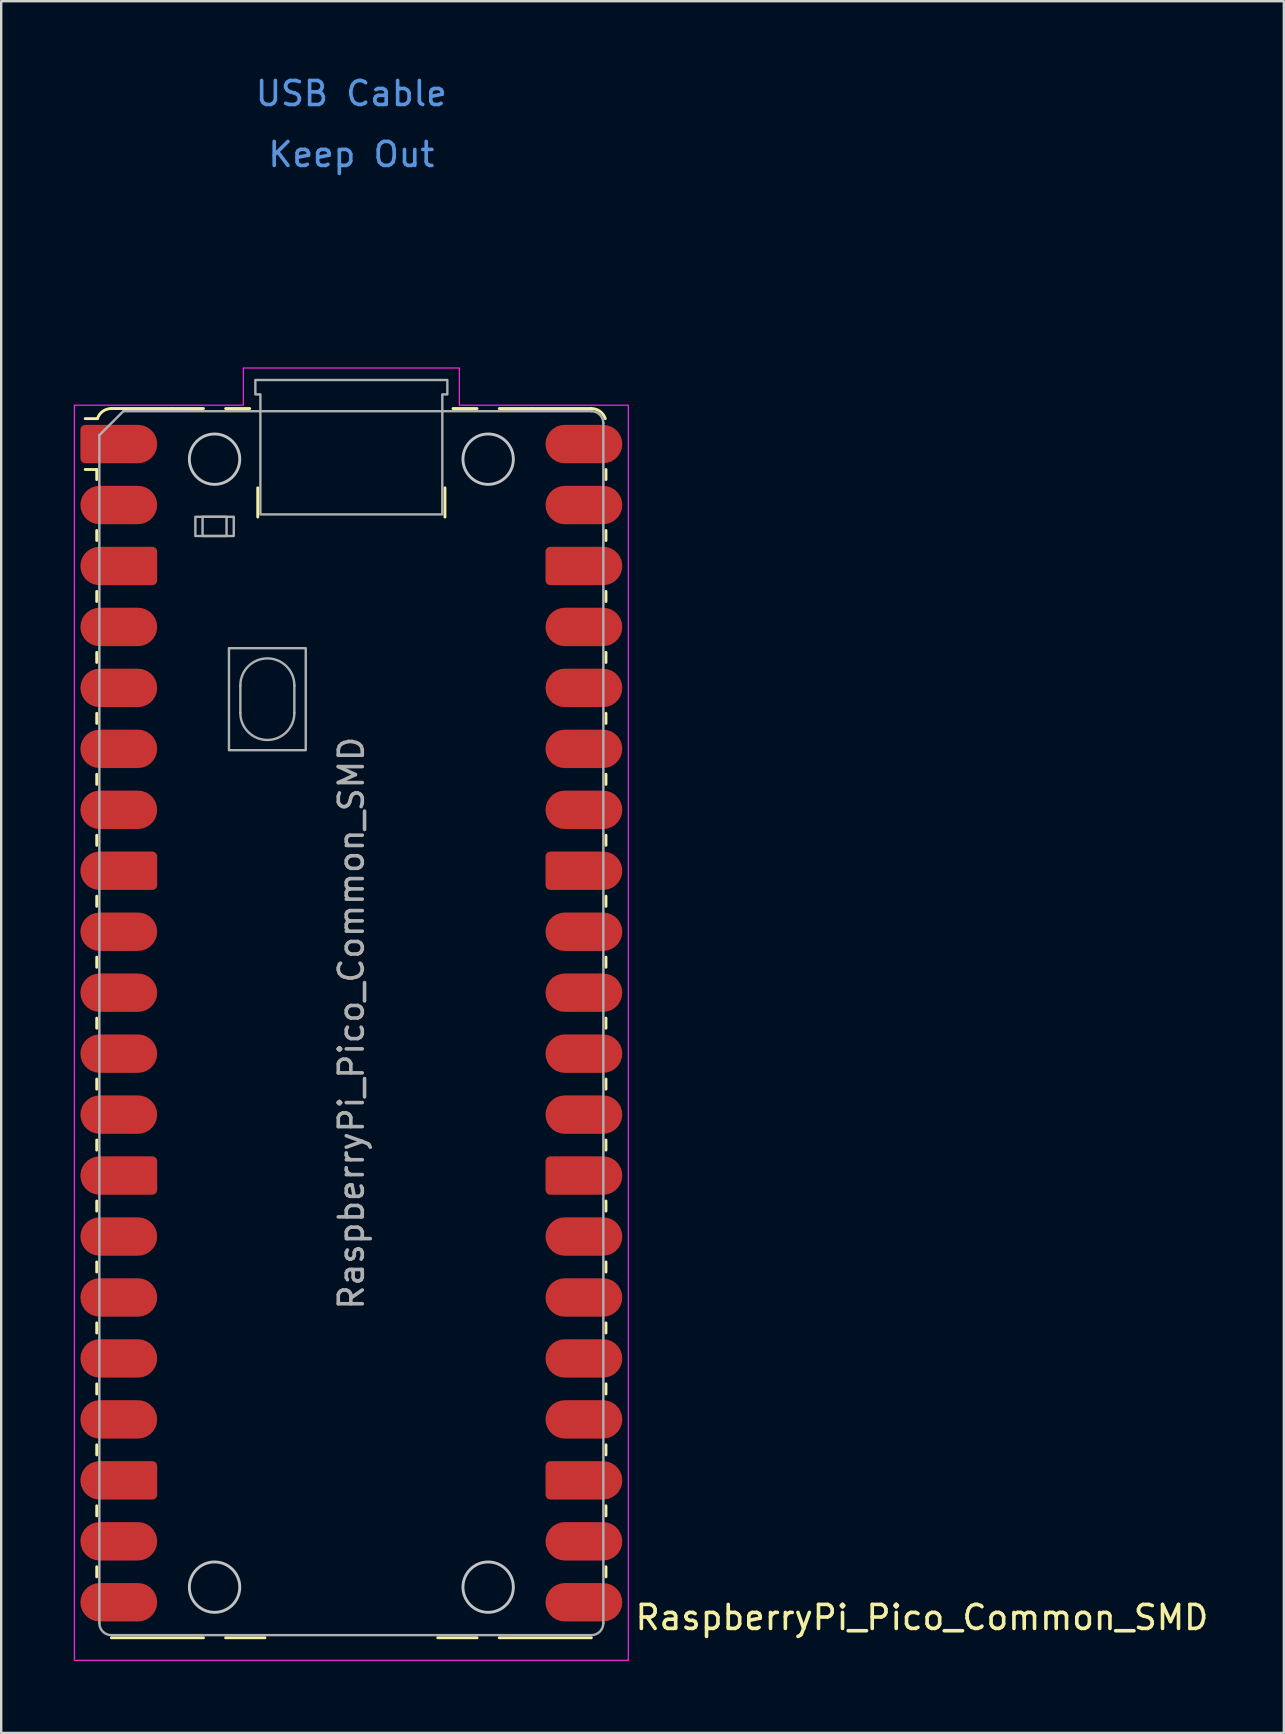
<source format=kicad_pcb>
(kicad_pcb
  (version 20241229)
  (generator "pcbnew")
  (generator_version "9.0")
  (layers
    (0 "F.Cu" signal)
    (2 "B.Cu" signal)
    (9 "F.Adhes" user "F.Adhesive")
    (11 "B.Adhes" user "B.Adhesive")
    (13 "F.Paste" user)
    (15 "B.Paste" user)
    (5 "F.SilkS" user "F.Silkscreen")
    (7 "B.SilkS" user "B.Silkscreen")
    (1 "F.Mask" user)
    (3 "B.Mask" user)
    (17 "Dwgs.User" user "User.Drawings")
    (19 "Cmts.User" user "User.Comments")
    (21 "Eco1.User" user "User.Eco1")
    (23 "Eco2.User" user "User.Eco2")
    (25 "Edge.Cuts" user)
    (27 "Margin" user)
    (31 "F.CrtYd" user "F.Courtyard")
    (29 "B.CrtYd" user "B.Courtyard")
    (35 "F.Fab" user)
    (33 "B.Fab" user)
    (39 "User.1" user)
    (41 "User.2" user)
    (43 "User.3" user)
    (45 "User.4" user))
  (footprint "RaspberryPi_Pico_Common_SMD"
    (layer "F.Cu")
    (at 11.59 39.583)
    (property "Reference" "RaspberryPi_Pico_Common_SMD" (at 11.748 24.765 0) (unlocked yes) (layer "F.SilkS") (effects (font (size 1 1) (thickness 0.15)) (justify left)))
    (attr smd)
    (fp_line (start -10.61 -23.07) (end -11.09 -23.07) (stroke (width 0.12) (type solid)) (layer "F.SilkS"))
    (fp_line (start -10.61 -23.07) (end -10.61 -22.65) (stroke (width 0.12) (type solid)) (layer "F.SilkS"))
    (fp_line (start -10.61 -20.53) (end -10.61 -20.11) (stroke (width 0.12) (type solid)) (layer "F.SilkS"))
    (fp_line (start -10.61 -17.99) (end -10.61 -17.57) (stroke (width 0.12) (type solid)) (layer "F.SilkS"))
    (fp_line (start -10.61 -15.45) (end -10.61 -15.03) (stroke (width 0.12) (type solid)) (layer "F.SilkS"))
    (fp_line (start -10.61 -12.91) (end -10.61 -12.49) (stroke (width 0.12) (type solid)) (layer "F.SilkS"))
    (fp_line (start -10.61 -10.37) (end -10.61 -9.95) (stroke (width 0.12) (type solid)) (layer "F.SilkS"))
    (fp_line (start -10.61 -7.83) (end -10.61 -7.41) (stroke (width 0.12) (type solid)) (layer "F.SilkS"))
    (fp_line (start -10.61 -5.29) (end -10.61 -4.87) (stroke (width 0.12) (type solid)) (layer "F.SilkS"))
    (fp_line (start -10.61 -2.75) (end -10.61 -2.33) (stroke (width 0.12) (type solid)) (layer "F.SilkS"))
    (fp_line (start -10.61 -0.21) (end -10.61 0.21) (stroke (width 0.12) (type solid)) (layer "F.SilkS"))
    (fp_line (start -10.61 2.33) (end -10.61 2.75) (stroke (width 0.12) (type solid)) (layer "F.SilkS"))
    (fp_line (start -10.61 4.87) (end -10.61 5.29) (stroke (width 0.12) (type solid)) (layer "F.SilkS"))
    (fp_line (start -10.61 7.41) (end -10.61 7.83) (stroke (width 0.12) (type solid)) (layer "F.SilkS"))
    (fp_line (start -10.61 9.95) (end -10.61 10.37) (stroke (width 0.12) (type solid)) (layer "F.SilkS"))
    (fp_line (start -10.61 12.49) (end -10.61 12.91) (stroke (width 0.12) (type solid)) (layer "F.SilkS"))
    (fp_line (start -10.61 15.03) (end -10.61 15.45) (stroke (width 0.12) (type solid)) (layer "F.SilkS"))
    (fp_line (start -10.61 17.57) (end -10.61 17.99) (stroke (width 0.12) (type solid)) (layer "F.SilkS"))
    (fp_line (start -10.61 20.11) (end -10.61 20.53) (stroke (width 0.12) (type solid)) (layer "F.SilkS"))
    (fp_line (start -10.61 22.65) (end -10.61 23.07) (stroke (width 0.12) (type solid)) (layer "F.SilkS"))
    (fp_line (start -10.58 -25.19) (end -11.09 -25.19) (stroke (width 0.12) (type solid)) (layer "F.SilkS"))
    (fp_line (start -10 -25.61) (end -7.51 -25.61) (stroke (width 0.12) (type solid)) (layer "F.SilkS"))
    (fp_line (start -10 25.61) (end -6.162 25.61) (stroke (width 0.12) (type solid)) (layer "F.SilkS"))
    (fp_line (start -7.51 -25.61) (end -6.162 -25.61) (stroke (width 0.12) (type solid)) (layer "F.SilkS"))
    (fp_line (start -5.238 -25.61) (end -4.235 -25.61) (stroke (width 0.12) (type solid)) (layer "F.SilkS"))
    (fp_line (start -3.9 -22.306) (end -3.9 -21.09) (stroke (width 0.12) (type solid)) (layer "F.SilkS"))
    (fp_line (start -3.6 25.61) (end -5.238 25.61) (stroke (width 0.12) (type solid)) (layer "F.SilkS"))
    (fp_line (start 3.9 -22.306) (end 3.9 -21.09) (stroke (width 0.12) (type solid)) (layer "F.SilkS"))
    (fp_line (start 4.235 -25.61) (end 5.238 -25.61) (stroke (width 0.12) (type solid)) (layer "F.SilkS"))
    (fp_line (start 5.238 25.61) (end 3.6 25.61) (stroke (width 0.12) (type solid)) (layer "F.SilkS"))
    (fp_line (start 6.162 -25.61) (end 7.51 -25.61) (stroke (width 0.12) (type solid)) (layer "F.SilkS"))
    (fp_line (start 6.162 25.61) (end 10 25.61) (stroke (width 0.12) (type solid)) (layer "F.SilkS"))
    (fp_line (start 10 -25.61) (end 7.51 -25.61) (stroke (width 0.12) (type solid)) (layer "F.SilkS"))
    (fp_line (start 10.61 -23.07) (end 10.61 -22.65) (stroke (width 0.12) (type solid)) (layer "F.SilkS"))
    (fp_line (start 10.61 -20.53) (end 10.61 -20.11) (stroke (width 0.12) (type solid)) (layer "F.SilkS"))
    (fp_line (start 10.61 -17.99) (end 10.61 -17.57) (stroke (width 0.12) (type solid)) (layer "F.SilkS"))
    (fp_line (start 10.61 -15.45) (end 10.61 -15.03) (stroke (width 0.12) (type solid)) (layer "F.SilkS"))
    (fp_line (start 10.61 -12.91) (end 10.61 -12.49) (stroke (width 0.12) (type solid)) (layer "F.SilkS"))
    (fp_line (start 10.61 -10.37) (end 10.61 -9.95) (stroke (width 0.12) (type solid)) (layer "F.SilkS"))
    (fp_line (start 10.61 -7.83) (end 10.61 -7.41) (stroke (width 0.12) (type solid)) (layer "F.SilkS"))
    (fp_line (start 10.61 -5.29) (end 10.61 -4.87) (stroke (width 0.12) (type solid)) (layer "F.SilkS"))
    (fp_line (start 10.61 -2.75) (end 10.61 -2.33) (stroke (width 0.12) (type solid)) (layer "F.SilkS"))
    (fp_line (start 10.61 -0.21) (end 10.61 0.21) (stroke (width 0.12) (type solid)) (layer "F.SilkS"))
    (fp_line (start 10.61 2.33) (end 10.61 2.75) (stroke (width 0.12) (type solid)) (layer "F.SilkS"))
    (fp_line (start 10.61 4.87) (end 10.61 5.29) (stroke (width 0.12) (type solid)) (layer "F.SilkS"))
    (fp_line (start 10.61 7.41) (end 10.61 7.83) (stroke (width 0.12) (type solid)) (layer "F.SilkS"))
    (fp_line (start 10.61 9.95) (end 10.61 10.37) (stroke (width 0.12) (type solid)) (layer "F.SilkS"))
    (fp_line (start 10.61 12.49) (end 10.61 12.91) (stroke (width 0.12) (type solid)) (layer "F.SilkS"))
    (fp_line (start 10.61 15.03) (end 10.61 15.45) (stroke (width 0.12) (type solid)) (layer "F.SilkS"))
    (fp_line (start 10.61 17.57) (end 10.61 17.99) (stroke (width 0.12) (type solid)) (layer "F.SilkS"))
    (fp_line (start 10.61 20.11) (end 10.61 20.53) (stroke (width 0.12) (type solid)) (layer "F.SilkS"))
    (fp_line (start 10.61 22.65) (end 10.61 23.07) (stroke (width 0.12) (type solid)) (layer "F.SilkS"))
    (fp_arc (start -10.579676 -25.19) (mid -10.357938 -25.493944) (end -10 -25.61) (stroke (width 0.12) (type solid)) (layer "F.SilkS"))
    (fp_arc (start 10 -25.61) (mid 10.357937 -25.493944) (end 10.579676 -25.189937) (stroke (width 0.12) (type solid)) (layer "F.SilkS"))
    (fp_circle (center -5.7 -23.5) (end -4.65 -23.5) (stroke (width 0.12) (type solid)) (fill no) (layer "Dwgs.User"))
    (fp_circle (center -5.7 23.5) (end -4.65 23.5) (stroke (width 0.12) (type solid)) (fill no) (layer "Dwgs.User"))
    (fp_circle (center 5.7 -23.5) (end 6.75 -23.5) (stroke (width 0.12) (type solid)) (fill no) (layer "Dwgs.User"))
    (fp_circle (center 5.7 23.5) (end 6.75 23.5) (stroke (width 0.12) (type solid)) (fill no) (layer "Dwgs.User"))
    (fp_poly (pts (xy -4.5 -27.3) (xy 4.5 -27.3) (xy 4.5 -25.75) (xy 11.54 -25.75) (xy 11.54 26.55) (xy -11.54 26.55) (xy -11.54 -25.75) (xy -4.5 -25.75)) (stroke (width 0.05) (type solid)) (fill no) (layer "F.CrtYd"))
    (fp_line (start -10.5 -24.5) (end -9.5 -25.5) (stroke (width 0.1) (type solid)) (layer "F.Fab"))
    (fp_line (start -10.5 25) (end -10.5 -24.5) (stroke (width 0.1) (type solid)) (layer "F.Fab"))
    (fp_line (start -9.5 -25.5) (end 10 -25.5) (stroke (width 0.1) (type solid)) (layer "F.Fab"))
    (fp_line (start -4.625 -14.075) (end -4.625 -12.925) (stroke (width 0.1) (type solid)) (layer "F.Fab"))
    (fp_line (start -2.375 -14.075) (end -2.375 -12.925) (stroke (width 0.1) (type solid)) (layer "F.Fab"))
    (fp_line (start 10 25.5) (end -10 25.5) (stroke (width 0.1) (type solid)) (layer "F.Fab"))
    (fp_line (start 10.5 -25) (end 10.5 25) (stroke (width 0.1) (type solid)) (layer "F.Fab"))
    (fp_rect (start -6.5 -21.1) (end -4.9 -20.3) (stroke (width 0.1) (type solid)) (fill no) (layer "F.Fab"))
    (fp_rect (start -6.2 -21.1) (end -5.2 -20.3) (stroke (width 0.1) (type solid)) (fill no) (layer "F.Fab"))
    (fp_rect (start -5.1 -15.625) (end -1.9 -11.375) (stroke (width 0.1) (type solid)) (fill no) (layer "F.Fab"))
    (fp_arc (start -10 25.5) (mid -10.353553 25.353553) (end -10.5 25) (stroke (width 0.1) (type solid)) (layer "F.Fab"))
    (fp_arc (start -4.625 -14.075) (mid -3.5 -15.2) (end -2.375 -14.075) (stroke (width 0.1) (type solid)) (layer "F.Fab"))
    (fp_arc (start -2.375 -12.925) (mid -3.5 -11.8) (end -4.625 -12.925) (stroke (width 0.1) (type solid)) (layer "F.Fab"))
    (fp_arc (start 10 -25.5) (mid 10.353553 -25.353553) (end 10.5 -25) (stroke (width 0.1) (type solid)) (layer "F.Fab"))
    (fp_arc (start 10.5 25) (mid 10.353553 25.353553) (end 10 25.5) (stroke (width 0.1) (type solid)) (layer "F.Fab"))
    (fp_poly (pts (xy 3.79 -21.2) (xy 3.79 -26.2) (xy 4 -26.2) (xy 4 -26.8) (xy -4 -26.8) (xy -4 -26.2) (xy -3.79 -26.2) (xy -3.79 -21.2)) (stroke (width 0.1) (type solid)) (fill no) (layer "F.Fab"))
    (fp_text user "Keep Out" (at 0 -36.195 0) (unlocked yes) (layer "Cmts.User") (effects (font (size 1 1) (thickness 0.15))))
    (fp_text user "USB Cable" (at 0 -38.735 0) (unlocked yes) (layer "Cmts.User") (effects (font (size 1 1) (thickness 0.15))))
    (fp_text user "${REFERENCE}" (at 0 0 90) (layer "F.Fab") (effects (font (size 1 1) (thickness 0.15))))
    (pad "" smd rect (at -8.89 -24.13) (size 3.8 2.2) (drill (offset -0.8 0)) (layers "F.Paste"))
    (pad "" smd rect (at -8.89 -21.59) (size 3.8 2.2) (drill (offset -0.8 0)) (layers "F.Paste"))
    (pad "" smd rect (at -8.89 -19.05) (size 3.8 2.2) (drill (offset -0.8 0)) (layers "F.Paste"))
    (pad "" smd rect (at -8.89 -16.51) (size 3.8 2.2) (drill (offset -0.8 0)) (layers "F.Paste"))
    (pad "" smd rect (at -8.89 -13.97) (size 3.8 2.2) (drill (offset -0.8 0)) (layers "F.Paste"))
    (pad "" smd rect (at -8.89 -11.43) (size 3.8 2.2) (drill (offset -0.8 0)) (layers "F.Paste"))
    (pad "" smd rect (at -8.89 -8.89) (size 3.8 2.2) (drill (offset -0.8 0)) (layers "F.Paste"))
    (pad "" smd rect (at -8.89 -6.35) (size 3.8 2.2) (drill (offset -0.8 0)) (layers "F.Paste"))
    (pad "" smd rect (at -8.89 -3.81) (size 3.8 2.2) (drill (offset -0.8 0)) (layers "F.Paste"))
    (pad "" smd rect (at -8.89 -1.27) (size 3.8 2.2) (drill (offset -0.8 0)) (layers "F.Paste"))
    (pad "" smd rect (at -8.89 1.27) (size 3.8 2.2) (drill (offset -0.8 0)) (layers "F.Paste"))
    (pad "" smd rect (at -8.89 3.81) (size 3.8 2.2) (drill (offset -0.8 0)) (layers "F.Paste"))
    (pad "" smd rect (at -8.89 6.35) (size 3.8 2.2) (drill (offset -0.8 0)) (layers "F.Paste"))
    (pad "" smd rect (at -8.89 8.89) (size 3.8 2.2) (drill (offset -0.8 0)) (layers "F.Paste"))
    (pad "" smd rect (at -8.89 11.43) (size 3.8 2.2) (drill (offset -0.8 0)) (layers "F.Paste"))
    (pad "" smd rect (at -8.89 13.97) (size 3.8 2.2) (drill (offset -0.8 0)) (layers "F.Paste"))
    (pad "" smd rect (at -8.89 16.51) (size 3.8 2.2) (drill (offset -0.8 0)) (layers "F.Paste"))
    (pad "" smd rect (at -8.89 19.05) (size 3.8 2.2) (drill (offset -0.8 0)) (layers "F.Paste"))
    (pad "" smd rect (at -8.89 21.59) (size 3.8 2.2) (drill (offset -0.8 0)) (layers "F.Paste"))
    (pad "" smd rect (at -8.89 24.13) (size 3.8 2.2) (drill (offset -0.8 0)) (layers "F.Paste"))
    (pad "" smd rect (at 8.89 -24.13) (size 3.8 2.2) (drill (offset 0.8 0)) (layers "F.Paste"))
    (pad "" smd rect (at 8.89 -21.59) (size 3.8 2.2) (drill (offset 0.8 0)) (layers "F.Paste"))
    (pad "" smd rect (at 8.89 -19.05) (size 3.8 2.2) (drill (offset 0.8 0)) (layers "F.Paste"))
    (pad "" smd rect (at 8.89 -16.51) (size 3.8 2.2) (drill (offset 0.8 0)) (layers "F.Paste"))
    (pad "" smd rect (at 8.89 -13.97) (size 3.8 2.2) (drill (offset 0.8 0)) (layers "F.Paste"))
    (pad "" smd rect (at 8.89 -11.43) (size 3.8 2.2) (drill (offset 0.8 0)) (layers "F.Paste"))
    (pad "" smd rect (at 8.89 -8.89) (size 3.8 2.2) (drill (offset 0.8 0)) (layers "F.Paste"))
    (pad "" smd rect (at 8.89 -6.35) (size 3.8 2.2) (drill (offset 0.8 0)) (layers "F.Paste"))
    (pad "" smd rect (at 8.89 -3.81) (size 3.8 2.2) (drill (offset 0.8 0)) (layers "F.Paste"))
    (pad "" smd rect (at 8.89 -1.27) (size 3.8 2.2) (drill (offset 0.8 0)) (layers "F.Paste"))
    (pad "" smd rect (at 8.89 1.27) (size 3.8 2.2) (drill (offset 0.8 0)) (layers "F.Paste"))
    (pad "" smd rect (at 8.89 3.81) (size 3.8 2.2) (drill (offset 0.8 0)) (layers "F.Paste"))
    (pad "" smd rect (at 8.89 6.35) (size 3.8 2.2) (drill (offset 0.8 0)) (layers "F.Paste"))
    (pad "" smd rect (at 8.89 8.89) (size 3.8 2.2) (drill (offset 0.8 0)) (layers "F.Paste"))
    (pad "" smd rect (at 8.89 11.43) (size 3.8 2.2) (drill (offset 0.8 0)) (layers "F.Paste"))
    (pad "" smd rect (at 8.89 13.97) (size 3.8 2.2) (drill (offset 0.8 0)) (layers "F.Paste"))
    (pad "" smd rect (at 8.89 16.51) (size 3.8 2.2) (drill (offset 0.8 0)) (layers "F.Paste"))
    (pad "" smd rect (at 8.89 19.05) (size 3.8 2.2) (drill (offset 0.8 0)) (layers "F.Paste"))
    (pad "" smd rect (at 8.89 21.59) (size 3.8 2.2) (drill (offset 0.8 0)) (layers "F.Paste"))
    (pad "" smd rect (at 8.89 24.13) (size 3.8 2.2) (drill (offset 0.8 0)) (layers "F.Paste"))
    (pad "1" smd custom (at -9.69 -24.13) (size 1.6 0.8) (layers "F.Cu" "F.Mask") (options (anchor rect)) (primitives (gr_circle (center 0.8 0) (end 1.6 0) (width 0) (fill yes)) (gr_poly (pts (xy -1.6 -0.6) (xy -1.6 0.6) (xy -1.4 0.8) (xy 0.8 0.8) (xy 0.8 -0.8) (xy -1.4 -0.8)) (width 0) (fill yes)) (gr_circle (center -1.4 -0.6) (end -1.2 -0.6) (width 0) (fill yes)) (gr_circle (center -1.4 0.6) (end -1.2 0.6) (width 0) (fill yes))))
    (pad "2" smd roundrect (at -9.69 -21.59) (size 3.2 1.6) (layers "F.Cu" "F.Mask") (roundrect_rratio 0.5))
    (pad "3" smd custom (at -9.69 -19.05) (size 1.6 0.8) (layers "F.Cu" "F.Mask") (options (anchor rect)) (primitives (gr_circle (center -0.8 0) (end 0 0) (width 0) (fill yes)) (gr_poly (pts (xy 1.6 -0.6) (xy 1.6 0.6) (xy 1.4 0.8) (xy -0.8 0.8) (xy -0.8 -0.8) (xy 1.4 -0.8)) (width 0) (fill yes)) (gr_circle (center 1.4 -0.6) (end 1.6 -0.6) (width 0) (fill yes)) (gr_circle (center 1.4 0.6) (end 1.6 0.6) (width 0) (fill yes))))
    (pad "4" smd roundrect (at -9.69 -16.51) (size 3.2 1.6) (layers "F.Cu" "F.Mask") (roundrect_rratio 0.5))
    (pad "5" smd roundrect (at -9.69 -13.97) (size 3.2 1.6) (layers "F.Cu" "F.Mask") (roundrect_rratio 0.5))
    (pad "6" smd roundrect (at -9.69 -11.43) (size 3.2 1.6) (layers "F.Cu" "F.Mask") (roundrect_rratio 0.5))
    (pad "7" smd roundrect (at -9.69 -8.89) (size 3.2 1.6) (layers "F.Cu" "F.Mask") (roundrect_rratio 0.5))
    (pad "8" smd custom (at -9.69 -6.35) (size 1.6 0.8) (layers "F.Cu" "F.Mask") (options (anchor rect)) (primitives (gr_circle (center -0.8 0) (end 0 0) (width 0) (fill yes)) (gr_poly (pts (xy 1.6 -0.6) (xy 1.6 0.6) (xy 1.4 0.8) (xy -0.8 0.8) (xy -0.8 -0.8) (xy 1.4 -0.8)) (width 0) (fill yes)) (gr_circle (center 1.4 -0.6) (end 1.6 -0.6) (width 0) (fill yes)) (gr_circle (center 1.4 0.6) (end 1.6 0.6) (width 0) (fill yes))))
    (pad "9" smd roundrect (at -9.69 -3.81) (size 3.2 1.6) (layers "F.Cu" "F.Mask") (roundrect_rratio 0.5))
    (pad "10" smd roundrect (at -9.69 -1.27) (size 3.2 1.6) (layers "F.Cu" "F.Mask") (roundrect_rratio 0.5))
    (pad "11" smd roundrect (at -9.69 1.27) (size 3.2 1.6) (layers "F.Cu" "F.Mask") (roundrect_rratio 0.5))
    (pad "12" smd roundrect (at -9.69 3.81) (size 3.2 1.6) (layers "F.Cu" "F.Mask") (roundrect_rratio 0.5))
    (pad "13" smd custom (at -9.69 6.35) (size 1.6 0.8) (layers "F.Cu" "F.Mask") (options (anchor rect)) (primitives (gr_circle (center -0.8 0) (end 0 0) (width 0) (fill yes)) (gr_poly (pts (xy 1.6 -0.6) (xy 1.6 0.6) (xy 1.4 0.8) (xy -0.8 0.8) (xy -0.8 -0.8) (xy 1.4 -0.8)) (width 0) (fill yes)) (gr_circle (center 1.4 -0.6) (end 1.6 -0.6) (width 0) (fill yes)) (gr_circle (center 1.4 0.6) (end 1.6 0.6) (width 0) (fill yes))))
    (pad "14" smd roundrect (at -9.69 8.89) (size 3.2 1.6) (layers "F.Cu" "F.Mask") (roundrect_rratio 0.5))
    (pad "15" smd roundrect (at -9.69 11.43) (size 3.2 1.6) (layers "F.Cu" "F.Mask") (roundrect_rratio 0.5))
    (pad "16" smd roundrect (at -9.69 13.97) (size 3.2 1.6) (layers "F.Cu" "F.Mask") (roundrect_rratio 0.5))
    (pad "17" smd roundrect (at -9.69 16.51) (size 3.2 1.6) (layers "F.Cu" "F.Mask") (roundrect_rratio 0.5))
    (pad "18" smd custom (at -9.69 19.05) (size 1.6 0.8) (layers "F.Cu" "F.Mask") (options (anchor rect)) (primitives (gr_circle (center -0.8 0) (end 0 0) (width 0) (fill yes)) (gr_poly (pts (xy 1.6 -0.6) (xy 1.6 0.6) (xy 1.4 0.8) (xy -0.8 0.8) (xy -0.8 -0.8) (xy 1.4 -0.8)) (width 0) (fill yes)) (gr_circle (center 1.4 -0.6) (end 1.6 -0.6) (width 0) (fill yes)) (gr_circle (center 1.4 0.6) (end 1.6 0.6) (width 0) (fill yes))))
    (pad "19" smd roundrect (at -9.69 21.59) (size 3.2 1.6) (layers "F.Cu" "F.Mask") (roundrect_rratio 0.5))
    (pad "20" smd roundrect (at -9.69 24.13) (size 3.2 1.6) (layers "F.Cu" "F.Mask") (roundrect_rratio 0.5))
    (pad "21" smd roundrect (at 9.69 24.13) (size 3.2 1.6) (layers "F.Cu" "F.Mask") (roundrect_rratio 0.5))
    (pad "22" smd roundrect (at 9.69 21.59) (size 3.2 1.6) (layers "F.Cu" "F.Mask") (roundrect_rratio 0.5))
    (pad "23" smd custom (at 9.69 19.05) (size 1.6 0.8) (layers "F.Cu" "F.Mask") (options (anchor rect)) (primitives (gr_circle (center 0.8 0) (end 1.6 0) (width 0) (fill yes)) (gr_poly (pts (xy -1.6 -0.6) (xy -1.6 0.6) (xy -1.4 0.8) (xy 0.8 0.8) (xy 0.8 -0.8) (xy -1.4 -0.8)) (width 0) (fill yes)) (gr_circle (center -1.4 -0.6) (end -1.2 -0.6) (width 0) (fill yes)) (gr_circle (center -1.4 0.6) (end -1.2 0.6) (width 0) (fill yes))))
    (pad "24" smd roundrect (at 9.69 16.51) (size 3.2 1.6) (layers "F.Cu" "F.Mask") (roundrect_rratio 0.5))
    (pad "25" smd roundrect (at 9.69 13.97) (size 3.2 1.6) (layers "F.Cu" "F.Mask") (roundrect_rratio 0.5))
    (pad "26" smd roundrect (at 9.69 11.43) (size 3.2 1.6) (layers "F.Cu" "F.Mask") (roundrect_rratio 0.5))
    (pad "27" smd roundrect (at 9.69 8.89) (size 3.2 1.6) (layers "F.Cu" "F.Mask") (roundrect_rratio 0.5))
    (pad "28" smd custom (at 9.69 6.35) (size 1.6 0.8) (layers "F.Cu" "F.Mask") (options (anchor rect)) (primitives (gr_circle (center 0.8 0) (end 1.6 0) (width 0) (fill yes)) (gr_poly (pts (xy -1.6 -0.6) (xy -1.6 0.6) (xy -1.4 0.8) (xy 0.8 0.8) (xy 0.8 -0.8) (xy -1.4 -0.8)) (width 0) (fill yes)) (gr_circle (center -1.4 -0.6) (end -1.2 -0.6) (width 0) (fill yes)) (gr_circle (center -1.4 0.6) (end -1.2 0.6) (width 0) (fill yes))))
    (pad "29" smd roundrect (at 9.69 3.81) (size 3.2 1.6) (layers "F.Cu" "F.Mask") (roundrect_rratio 0.5))
    (pad "30" smd roundrect (at 9.69 1.27) (size 3.2 1.6) (layers "F.Cu" "F.Mask") (roundrect_rratio 0.5))
    (pad "31" smd roundrect (at 9.69 -1.27) (size 3.2 1.6) (layers "F.Cu" "F.Mask") (roundrect_rratio 0.5))
    (pad "32" smd roundrect (at 9.69 -3.81) (size 3.2 1.6) (layers "F.Cu" "F.Mask") (roundrect_rratio 0.5))
    (pad "33" smd custom (at 9.69 -6.35) (size 1.6 0.8) (layers "F.Cu" "F.Mask") (options (anchor rect)) (primitives (gr_circle (center 0.8 0) (end 1.6 0) (width 0) (fill yes)) (gr_poly (pts (xy -1.6 -0.6) (xy -1.6 0.6) (xy -1.4 0.8) (xy 0.8 0.8) (xy 0.8 -0.8) (xy -1.4 -0.8)) (width 0) (fill yes)) (gr_circle (center -1.4 -0.6) (end -1.2 -0.6) (width 0) (fill yes)) (gr_circle (center -1.4 0.6) (end -1.2 0.6) (width 0) (fill yes))))
    (pad "34" smd roundrect (at 9.69 -8.89) (size 3.2 1.6) (layers "F.Cu" "F.Mask") (roundrect_rratio 0.5))
    (pad "35" smd roundrect (at 9.69 -11.43) (size 3.2 1.6) (layers "F.Cu" "F.Mask") (roundrect_rratio 0.5))
    (pad "36" smd roundrect (at 9.69 -13.97) (size 3.2 1.6) (layers "F.Cu" "F.Mask") (roundrect_rratio 0.5))
    (pad "37" smd roundrect (at 9.69 -16.51) (size 3.2 1.6) (layers "F.Cu" "F.Mask") (roundrect_rratio 0.5))
    (pad "38" smd custom (at 9.69 -19.05) (size 1.6 0.8) (layers "F.Cu" "F.Mask") (options (anchor rect)) (primitives (gr_circle (center 0.8 0) (end 1.6 0) (width 0) (fill yes)) (gr_poly (pts (xy -1.6 -0.6) (xy -1.6 0.6) (xy -1.4 0.8) (xy 0.8 0.8) (xy 0.8 -0.8) (xy -1.4 -0.8)) (width 0) (fill yes)) (gr_circle (center -1.4 -0.6) (end -1.2 -0.6) (width 0) (fill yes)) (gr_circle (center -1.4 0.6) (end -1.2 0.6) (width 0) (fill yes))))
    (pad "39" smd roundrect (at 9.69 -21.59) (size 3.2 1.6) (layers "F.Cu" "F.Mask") (roundrect_rratio 0.5))
    (pad "40" smd roundrect (at 9.69 -24.13) (size 3.2 1.6) (layers "F.Cu" "F.Mask") (roundrect_rratio 0.5)))
  (gr_rect
    (start -3 -3)
    (end 50.445 69.158)
    (stroke (width 0.1) (type default))
    (fill no)
    (layer "Edge.Cuts")))
</source>
